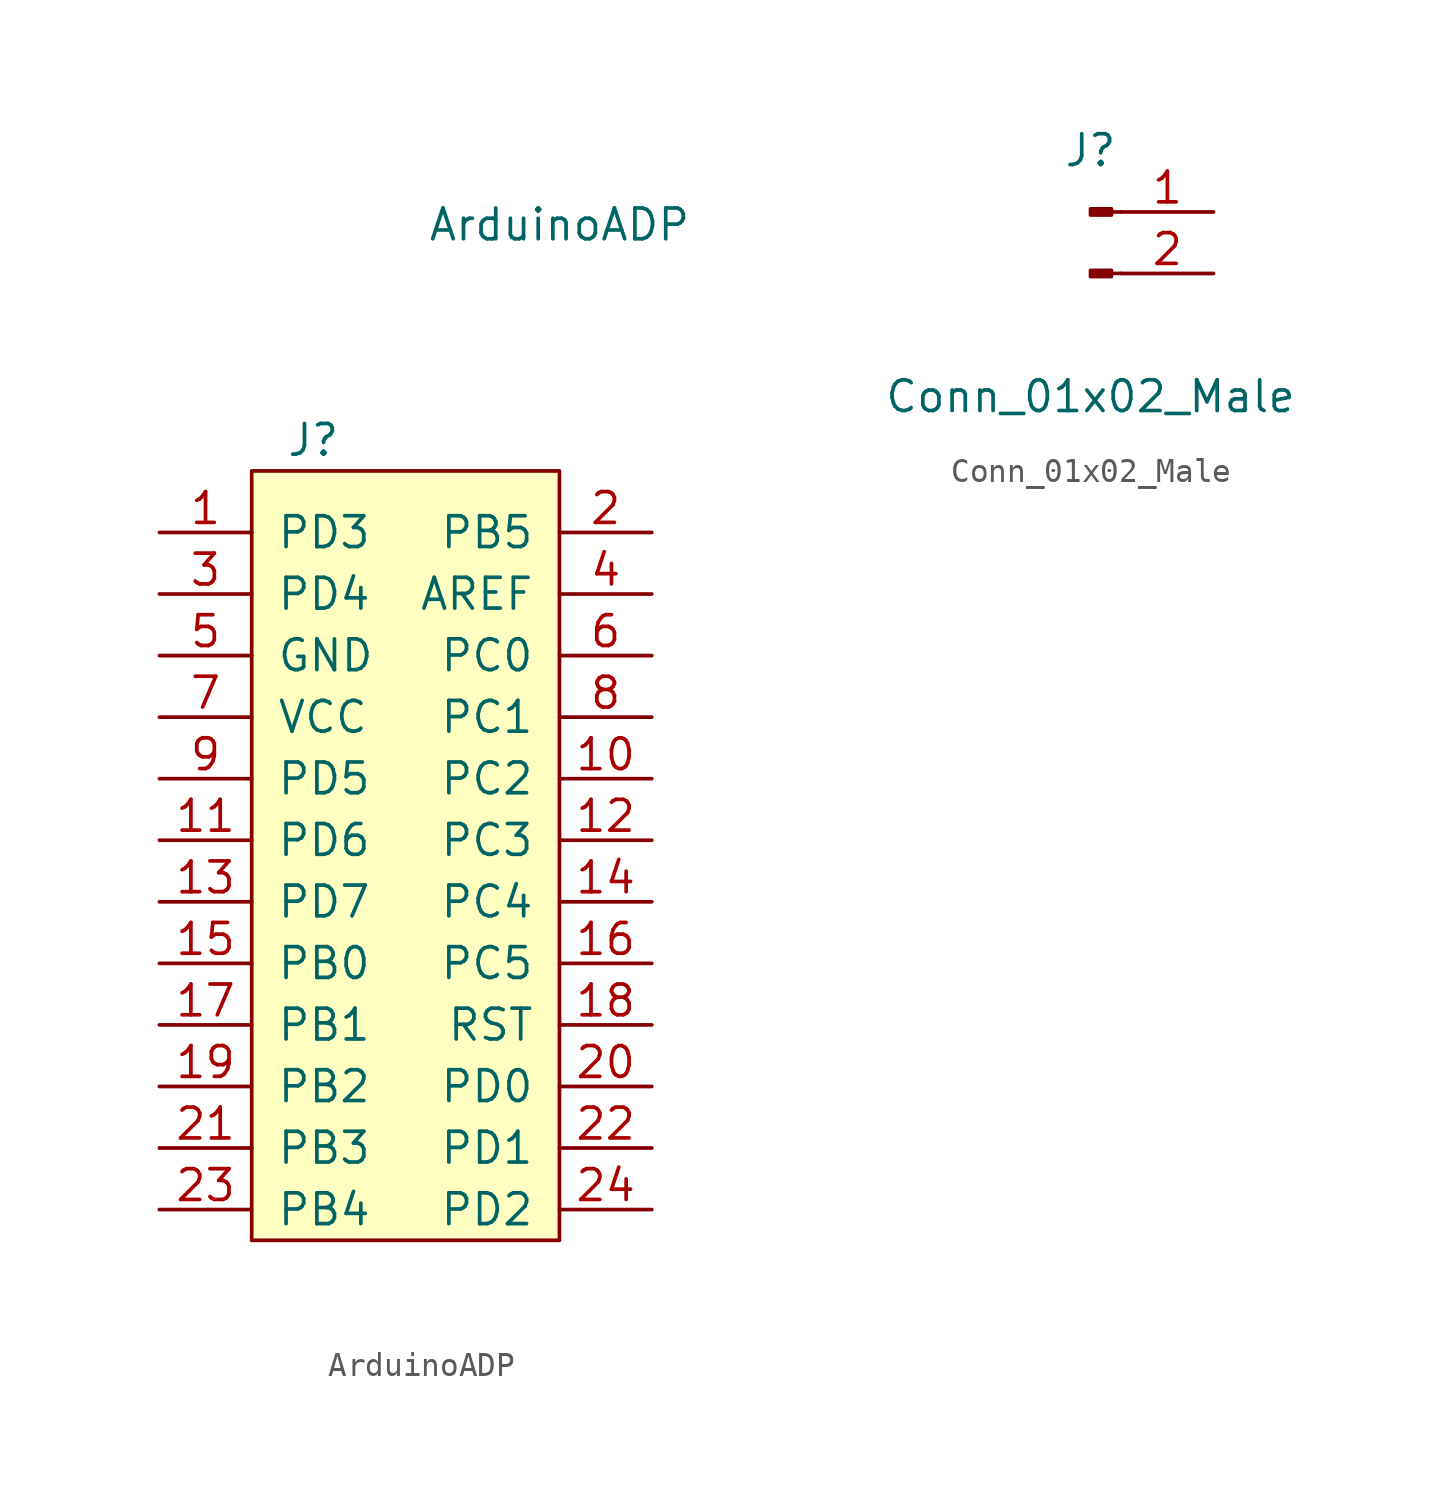
<source format=kicad_sym>
(kicad_symbol_lib
  (version 20211014)
  (generator kicad_symbol_editor)
  (symbol "ArduinoADP"
    (pin_names
      (offset 1.016))
    (property "Reference" "J"
      (at 0 0 0)
      (effects (font (size 1.27 1.27))))
    (property "Value" "ArduinoADP"
      (at 10.16 8.89 0)
      (effects (font (size 1.27 1.27))))
    (symbol "ArduinoADP_0_1"
      (rectangle (start -2.54 -1.27) (end 10.16 -33.02) (stroke (width 0) (type default) (color 0 0 0 0)) (fill (type background))))
    (symbol "ArduinoADP_1_1"
      (pin bidirectional line (at -6.35 -3.81 0) (length 3.81) (name "PD3" (effects (font (size 1.27 1.27)))) (number "1" (effects (font (size 1.27 1.27)))))
      (pin bidirectional line (at 13.97 -13.97 180) (length 3.81) (name "PC2" (effects (font (size 1.27 1.27)))) (number "10" (effects (font (size 1.27 1.27)))))
      (pin bidirectional line (at -6.35 -16.51 0) (length 3.81) (name "PD6" (effects (font (size 1.27 1.27)))) (number "11" (effects (font (size 1.27 1.27)))))
      (pin bidirectional line (at 13.97 -16.51 180) (length 3.81) (name "PC3" (effects (font (size 1.27 1.27)))) (number "12" (effects (font (size 1.27 1.27)))))
      (pin bidirectional line (at -6.35 -19.05 0) (length 3.81) (name "PD7" (effects (font (size 1.27 1.27)))) (number "13" (effects (font (size 1.27 1.27)))))
      (pin bidirectional line (at 13.97 -19.05 180) (length 3.81) (name "PC4" (effects (font (size 1.27 1.27)))) (number "14" (effects (font (size 1.27 1.27)))))
      (pin bidirectional line (at -6.35 -21.59 0) (length 3.81) (name "PB0" (effects (font (size 1.27 1.27)))) (number "15" (effects (font (size 1.27 1.27)))))
      (pin bidirectional line (at 13.97 -21.59 180) (length 3.81) (name "PC5" (effects (font (size 1.27 1.27)))) (number "16" (effects (font (size 1.27 1.27)))))
      (pin bidirectional line (at -6.35 -24.13 0) (length 3.81) (name "PB1" (effects (font (size 1.27 1.27)))) (number "17" (effects (font (size 1.27 1.27)))))
      (pin bidirectional line (at 13.97 -24.13 180) (length 3.81) (name "RST" (effects (font (size 1.27 1.27)))) (number "18" (effects (font (size 1.27 1.27)))))
      (pin bidirectional line (at -6.35 -26.67 0) (length 3.81) (name "PB2" (effects (font (size 1.27 1.27)))) (number "19" (effects (font (size 1.27 1.27)))))
      (pin bidirectional line (at 13.97 -3.81 180) (length 3.81) (name "PB5" (effects (font (size 1.27 1.27)))) (number "2" (effects (font (size 1.27 1.27)))))
      (pin bidirectional line (at 13.97 -26.67 180) (length 3.81) (name "PD0" (effects (font (size 1.27 1.27)))) (number "20" (effects (font (size 1.27 1.27)))))
      (pin bidirectional line (at -6.35 -29.21 0) (length 3.81) (name "PB3" (effects (font (size 1.27 1.27)))) (number "21" (effects (font (size 1.27 1.27)))))
      (pin bidirectional line (at 13.97 -29.21 180) (length 3.81) (name "PD1" (effects (font (size 1.27 1.27)))) (number "22" (effects (font (size 1.27 1.27)))))
      (pin bidirectional line (at -6.35 -31.75 0) (length 3.81) (name "PB4" (effects (font (size 1.27 1.27)))) (number "23" (effects (font (size 1.27 1.27)))))
      (pin bidirectional line (at 13.97 -31.75 180) (length 3.81) (name "PD2" (effects (font (size 1.27 1.27)))) (number "24" (effects (font (size 1.27 1.27)))))
      (pin bidirectional line (at -6.35 -6.35 0) (length 3.81) (name "PD4" (effects (font (size 1.27 1.27)))) (number "3" (effects (font (size 1.27 1.27)))))
      (pin bidirectional line (at 13.97 -6.35 180) (length 3.81) (name "AREF" (effects (font (size 1.27 1.27)))) (number "4" (effects (font (size 1.27 1.27)))))
      (pin bidirectional line (at -6.35 -8.89 0) (length 3.81) (name "GND" (effects (font (size 1.27 1.27)))) (number "5" (effects (font (size 1.27 1.27)))))
      (pin bidirectional line (at 13.97 -8.89 180) (length 3.81) (name "PC0" (effects (font (size 1.27 1.27)))) (number "6" (effects (font (size 1.27 1.27)))))
      (pin bidirectional line (at -6.35 -11.43 0) (length 3.81) (name "VCC" (effects (font (size 1.27 1.27)))) (number "7" (effects (font (size 1.27 1.27)))))
      (pin bidirectional line (at 13.97 -11.43 180) (length 3.81) (name "PC1" (effects (font (size 1.27 1.27)))) (number "8" (effects (font (size 1.27 1.27)))))
      (pin bidirectional line (at -6.35 -13.97 0) (length 3.81) (name "PD5" (effects (font (size 1.27 1.27)))) (number "9" (effects (font (size 1.27 1.27)))))))
  (symbol "Conn_01x02_Male"
    (pin_names
      (offset 1.016) hide)
    (property "Reference" "J"
      (at 0 5.08 0)
      (effects (font (size 1.27 1.27))))
    (property "Value" "Conn_01x02_Male"
      (at 0 -5.08 0)
      (effects (font (size 1.27 1.27))))
    (symbol "Conn_01x02_Male_1_1"
      (polyline (pts (xy 1.27 0) (xy 0.864 0)) (stroke (width 0.152) (type default) (color 0 0 0 0)) (fill (type none)))
      (polyline (pts (xy 1.27 2.54) (xy 0.864 2.54)) (stroke (width 0.152) (type default) (color 0 0 0 0)) (fill (type none)))
      (rectangle (start 0.864 0.127) (end 0 -0.127) (stroke (width 0.152) (type default) (color 0 0 0 0)) (fill (type outline)))
      (rectangle (start 0.864 2.667) (end 0 2.413) (stroke (width 0.152) (type default) (color 0 0 0 0)) (fill (type outline)))
      (pin passive line (at 5.08 2.54 180) (length 3.81) (name "Pin_1" (effects (font (size 1.27 1.27)))) (number "1" (effects (font (size 1.27 1.27)))))
      (pin passive line (at 5.08 0 180) (length 3.81) (name "Pin_2" (effects (font (size 1.27 1.27)))) (number "2" (effects (font (size 1.27 1.27))))))))
</source>
